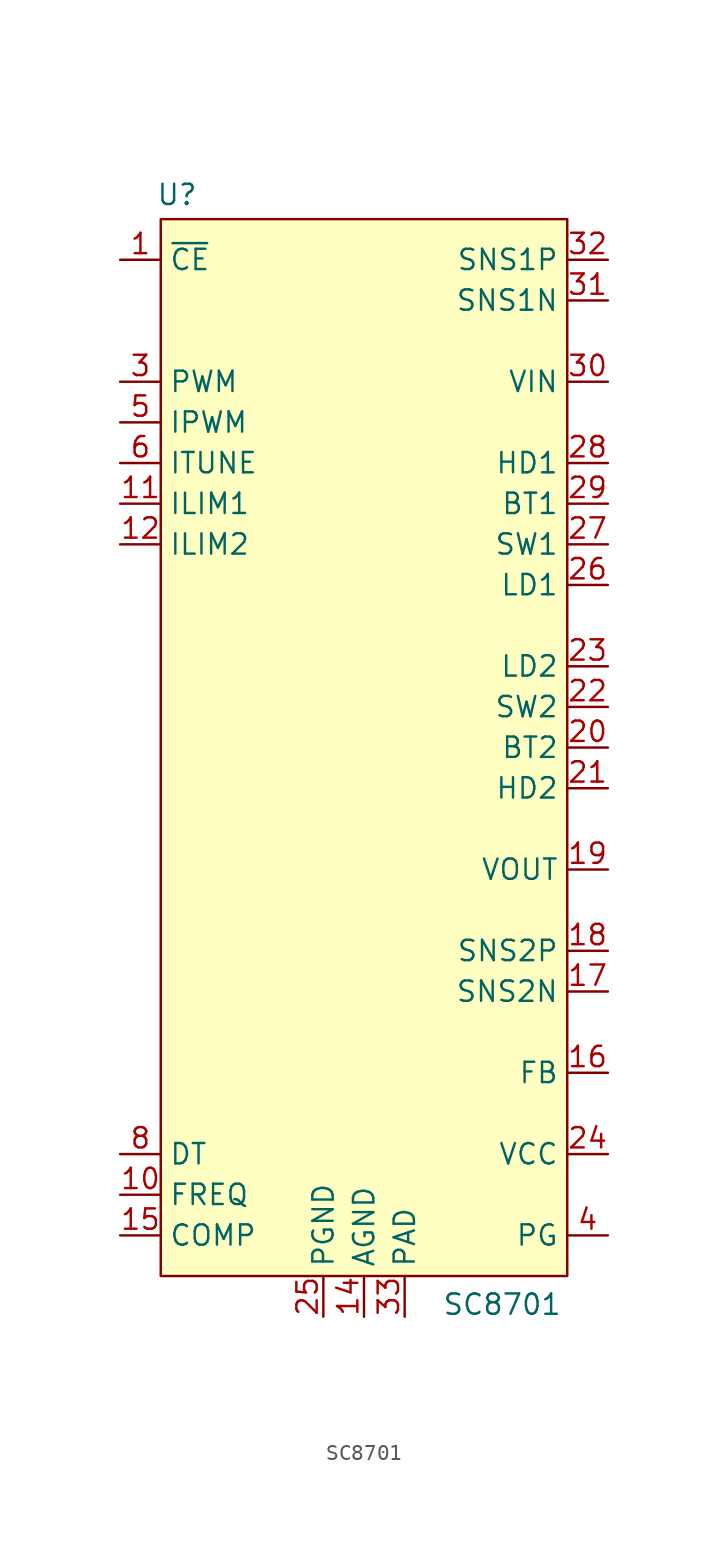
<source format=kicad_sym>
(kicad_symbol_lib
  (version 20231120)
  (generator "kicad_symbol_editor")
  (generator_version "8.0")
  (symbol "SC8701"
    (property "Reference" "U"
      (at -11.684 34.544 0)
      (effects (font (size 1.27 1.27))))
    (property "Value" "SC8701"
      (at 8.636 -34.798 0)
      (effects (font (size 1.27 1.27))))
    (symbol "SC8701_1_1"
      (rectangle (start -12.7 33.02) (end 12.7 -33.02) (stroke (width 0) (type default)) (fill (type background)))
      (pin input line (at -15.24 30.48 0) (length 2.54) (name "~{CE}" (effects (font (size 1.27 1.27)))) (number "1" (effects (font (size 1.27 1.27)))))
      (pin passive line (at -15.24 -27.94 0) (length 2.54) (name "FREQ" (effects (font (size 1.27 1.27)))) (number "10" (effects (font (size 1.27 1.27)))))
      (pin passive line (at -15.24 15.24 0) (length 2.54) (name "ILIM1" (effects (font (size 1.27 1.27)))) (number "11" (effects (font (size 1.27 1.27)))))
      (pin passive line (at -15.24 12.7 0) (length 2.54) (name "ILIM2" (effects (font (size 1.27 1.27)))) (number "12" (effects (font (size 1.27 1.27)))))
      (pin no_connect line (at -12.7 -20.32 0) (length 2.54) hide (name "NC" (effects (font (size 1.27 1.27)))) (number "13" (effects (font (size 1.27 1.27)))))
      (pin power_in line (at 0 -35.56 90) (length 2.54) (name "AGND" (effects (font (size 1.27 1.27)))) (number "14" (effects (font (size 1.27 1.27)))))
      (pin passive line (at -15.24 -30.48 0) (length 2.54) (name "COMP" (effects (font (size 1.27 1.27)))) (number "15" (effects (font (size 1.27 1.27)))))
      (pin input line (at 15.24 -20.32 180) (length 2.54) (name "FB" (effects (font (size 1.27 1.27)))) (number "16" (effects (font (size 1.27 1.27)))))
      (pin input line (at 15.24 -15.24 180) (length 2.54) (name "SNS2N" (effects (font (size 1.27 1.27)))) (number "17" (effects (font (size 1.27 1.27)))))
      (pin input line (at 15.24 -12.7 180) (length 2.54) (name "SNS2P" (effects (font (size 1.27 1.27)))) (number "18" (effects (font (size 1.27 1.27)))))
      (pin power_in line (at 15.24 -7.62 180) (length 2.54) (name "VOUT" (effects (font (size 1.27 1.27)))) (number "19" (effects (font (size 1.27 1.27)))))
      (pin no_connect line (at -12.7 -12.7 0) (length 2.54) hide (name "NC" (effects (font (size 1.27 1.27)))) (number "2" (effects (font (size 1.27 1.27)))))
      (pin power_in line (at 15.24 0 180) (length 2.54) (name "BT2" (effects (font (size 1.27 1.27)))) (number "20" (effects (font (size 1.27 1.27)))))
      (pin output line (at 15.24 -2.54 180) (length 2.54) (name "HD2" (effects (font (size 1.27 1.27)))) (number "21" (effects (font (size 1.27 1.27)))))
      (pin input line (at 15.24 2.54 180) (length 2.54) (name "SW2" (effects (font (size 1.27 1.27)))) (number "22" (effects (font (size 1.27 1.27)))))
      (pin output line (at 15.24 5.08 180) (length 2.54) (name "LD2" (effects (font (size 1.27 1.27)))) (number "23" (effects (font (size 1.27 1.27)))))
      (pin power_out line (at 15.24 -25.4 180) (length 2.54) (name "VCC" (effects (font (size 1.27 1.27)))) (number "24" (effects (font (size 1.27 1.27)))))
      (pin power_in line (at -2.54 -35.56 90) (length 2.54) (name "PGND" (effects (font (size 1.27 1.27)))) (number "25" (effects (font (size 1.27 1.27)))))
      (pin output line (at 15.24 10.16 180) (length 2.54) (name "LD1" (effects (font (size 1.27 1.27)))) (number "26" (effects (font (size 1.27 1.27)))))
      (pin input line (at 15.24 12.7 180) (length 2.54) (name "SW1" (effects (font (size 1.27 1.27)))) (number "27" (effects (font (size 1.27 1.27)))))
      (pin output line (at 15.24 17.78 180) (length 2.54) (name "HD1" (effects (font (size 1.27 1.27)))) (number "28" (effects (font (size 1.27 1.27)))))
      (pin power_in line (at 15.24 15.24 180) (length 2.54) (name "BT1" (effects (font (size 1.27 1.27)))) (number "29" (effects (font (size 1.27 1.27)))))
      (pin input line (at -15.24 22.86 0) (length 2.54) (name "PWM" (effects (font (size 1.27 1.27)))) (number "3" (effects (font (size 1.27 1.27)))))
      (pin power_in line (at 15.24 22.86 180) (length 2.54) (name "VIN" (effects (font (size 1.27 1.27)))) (number "30" (effects (font (size 1.27 1.27)))))
      (pin input line (at 15.24 27.94 180) (length 2.54) (name "SNS1N" (effects (font (size 1.27 1.27)))) (number "31" (effects (font (size 1.27 1.27)))))
      (pin input line (at 15.24 30.48 180) (length 2.54) (name "SNS1P" (effects (font (size 1.27 1.27)))) (number "32" (effects (font (size 1.27 1.27)))))
      (pin free line (at 2.54 -35.56 90) (length 2.54) (name "PAD" (effects (font (size 1.27 1.27)))) (number "33" (effects (font (size 1.27 1.27)))))
      (pin output line (at 15.24 -30.48 180) (length 2.54) (name "PG" (effects (font (size 1.27 1.27)))) (number "4" (effects (font (size 1.27 1.27)))))
      (pin input line (at -15.24 20.32 0) (length 2.54) (name "IPWM" (effects (font (size 1.27 1.27)))) (number "5" (effects (font (size 1.27 1.27)))))
      (pin bidirectional line (at -15.24 17.78 0) (length 2.54) (name "ITUNE" (effects (font (size 1.27 1.27)))) (number "6" (effects (font (size 1.27 1.27)))))
      (pin no_connect line (at -12.7 -15.24 0) (length 2.54) hide (name "NC" (effects (font (size 1.27 1.27)))) (number "7" (effects (font (size 1.27 1.27)))))
      (pin passive line (at -15.24 -25.4 0) (length 2.54) (name "DT" (effects (font (size 1.27 1.27)))) (number "8" (effects (font (size 1.27 1.27)))))
      (pin no_connect line (at -12.7 -17.78 0) (length 2.54) hide (name "NC" (effects (font (size 1.27 1.27)))) (number "9" (effects (font (size 1.27 1.27))))))))
</source>
